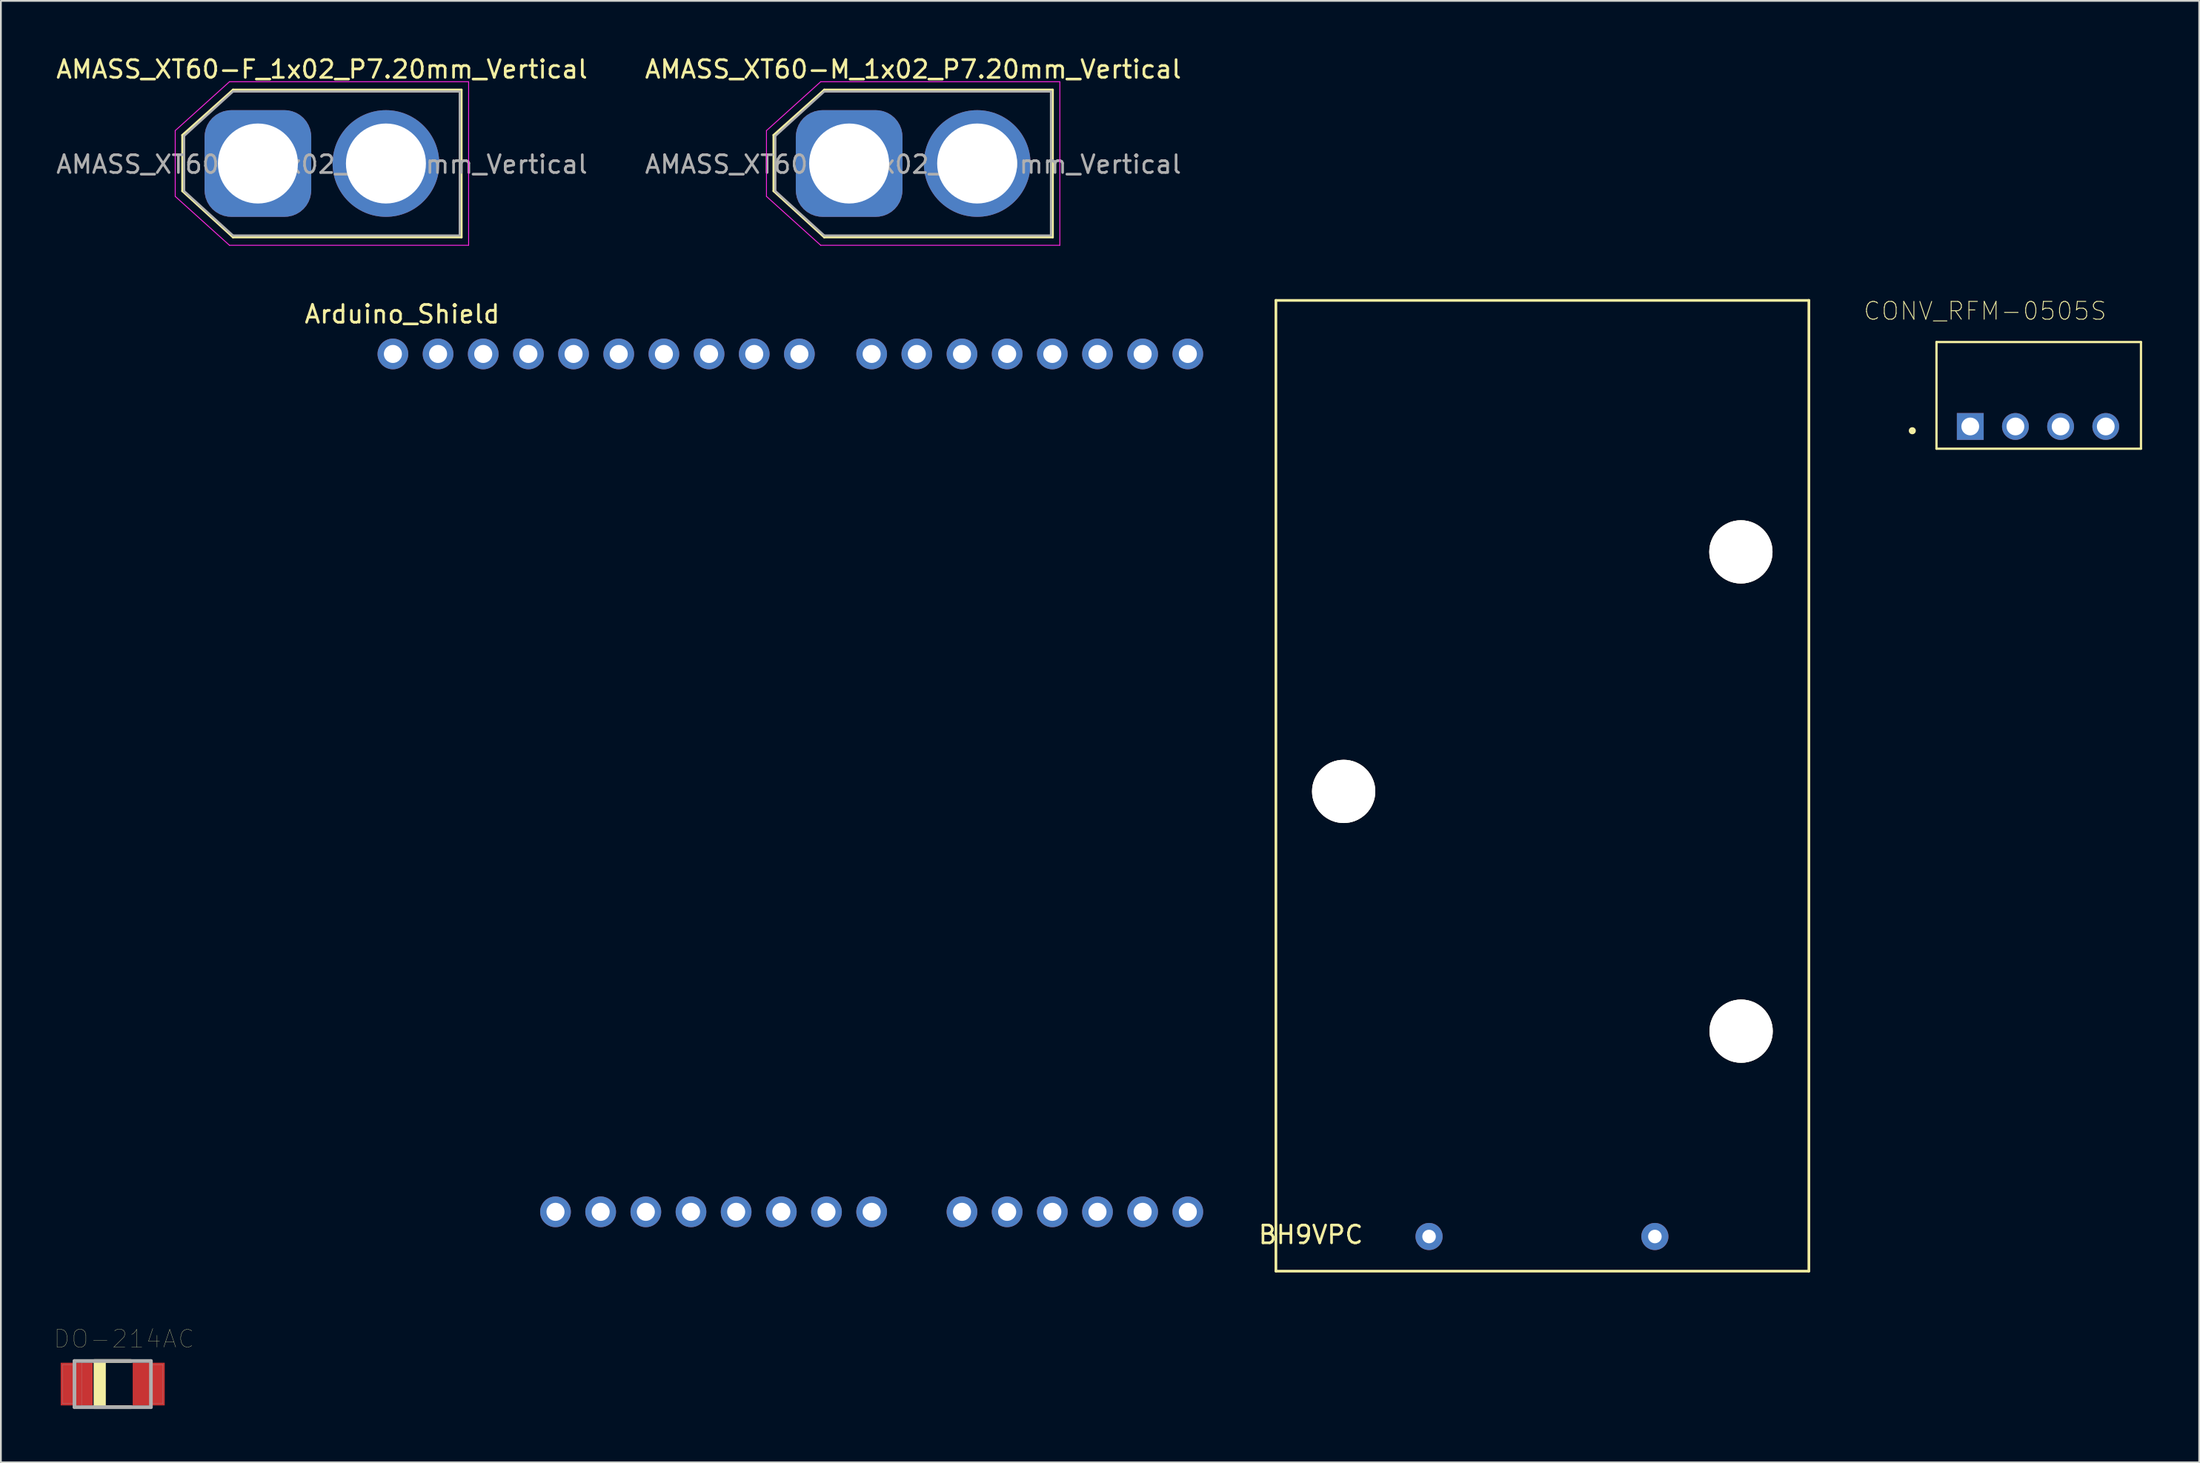
<source format=kicad_pcb>
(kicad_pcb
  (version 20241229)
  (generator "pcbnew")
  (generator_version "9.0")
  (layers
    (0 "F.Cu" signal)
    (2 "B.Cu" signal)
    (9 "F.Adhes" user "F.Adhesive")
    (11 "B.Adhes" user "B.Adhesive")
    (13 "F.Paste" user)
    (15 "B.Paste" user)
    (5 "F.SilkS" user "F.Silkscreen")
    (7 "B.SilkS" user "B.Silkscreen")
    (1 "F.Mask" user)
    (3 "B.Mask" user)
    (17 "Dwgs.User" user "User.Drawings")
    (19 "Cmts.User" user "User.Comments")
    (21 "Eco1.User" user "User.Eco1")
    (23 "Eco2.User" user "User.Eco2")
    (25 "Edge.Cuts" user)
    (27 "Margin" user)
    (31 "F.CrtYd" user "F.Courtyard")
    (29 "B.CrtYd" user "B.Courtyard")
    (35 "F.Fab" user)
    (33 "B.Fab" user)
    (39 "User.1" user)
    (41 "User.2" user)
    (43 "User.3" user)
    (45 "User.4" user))
  (footprint "AMASS_XT60-M_1x02_P7.20mm_Vertical"
    (layer "F.Cu")
    (at 44.704 6.148)
    (property "Reference" "AMASS_XT60-M_1x02_P7.20mm_Vertical" (at 3.6 -5.3 180) (layer "F.SilkS") (effects (font (size 1 1) (thickness 0.15))))
    (attr through_hole)
    (fp_line (start -4.25 -1.6) (end -4.25 1.55) (stroke (width 0.12) (type solid)) (layer "F.SilkS"))
    (fp_line (start -4.25 1.55) (end -1.4 4.15) (stroke (width 0.12) (type solid)) (layer "F.SilkS"))
    (fp_line (start -1.4 -4.15) (end -4.25 -1.6) (stroke (width 0.12) (type solid)) (layer "F.SilkS"))
    (fp_line (start -1.4 4.15) (end 11.45 4.15) (stroke (width 0.12) (type solid)) (layer "F.SilkS"))
    (fp_line (start 11.45 -4.15) (end -1.4 -4.15) (stroke (width 0.12) (type solid)) (layer "F.SilkS"))
    (fp_line (start 11.45 4.15) (end 11.45 -4.15) (stroke (width 0.12) (type solid)) (layer "F.SilkS"))
    (fp_line (start -4.65 -1.85) (end -1.6 -4.6) (stroke (width 0.05) (type solid)) (layer "F.CrtYd"))
    (fp_line (start -4.65 1.85) (end -4.65 -1.85) (stroke (width 0.05) (type solid)) (layer "F.CrtYd"))
    (fp_line (start -1.6 -4.6) (end 11.85 -4.6) (stroke (width 0.05) (type solid)) (layer "F.CrtYd"))
    (fp_line (start -1.6 4.6) (end -4.65 1.85) (stroke (width 0.05) (type solid)) (layer "F.CrtYd"))
    (fp_line (start 11.85 -4.6) (end 11.85 4.6) (stroke (width 0.05) (type solid)) (layer "F.CrtYd"))
    (fp_line (start 11.85 4.6) (end -1.6 4.6) (stroke (width 0.05) (type solid)) (layer "F.CrtYd"))
    (fp_line (start -4.15 -1.55) (end -4.15 1.55) (stroke (width 0.12) (type solid)) (layer "F.Fab"))
    (fp_line (start -4.15 1.55) (end -1.4 4.05) (stroke (width 0.12) (type solid)) (layer "F.Fab"))
    (fp_line (start -1.4 -4.05) (end -4.15 -1.55) (stroke (width 0.12) (type solid)) (layer "F.Fab"))
    (fp_line (start -1.4 4.05) (end 11.35 4.05) (stroke (width 0.12) (type solid)) (layer "F.Fab"))
    (fp_line (start 11.35 -4.05) (end -1.4 -4.05) (stroke (width 0.12) (type solid)) (layer "F.Fab"))
    (fp_line (start 11.35 4.05) (end 11.35 -4.05) (stroke (width 0.12) (type solid)) (layer "F.Fab"))
    (fp_text user "${REFERENCE}" (at 3.6 0.05 0) (layer "F.Fab") (effects (font (size 1 1) (thickness 0.15))))
    (pad "1" thru_hole roundrect (at 0 0) (size 6 6) (drill 4.5) (layers "*.Cu" "*.Mask") (roundrect_rratio 0.25))
    (pad "2" thru_hole circle (at 7.2 0) (size 6 6) (drill 4.5) (layers "*.Cu" "*.Mask")))
  (footprint "Arduino_Shield"
    (layer "F.Cu")
    (at 0.25 67.662)
    (property "Reference" "Arduino_Shield" (at 19.32 -53.04 0) (layer "F.SilkS") (effects (font (size 1 1) (thickness 0.15))))
    (attr through_hole)
    (pad "3V3" thru_hole oval (at 35.56 -2.54) (size 1.727 1.727) (drill 1.016) (layers "*.Cu" "*.Mask"))
    (pad "5V1" thru_hole oval (at 38.1 -2.54) (size 1.727 1.727) (drill 1.016) (layers "*.Cu" "*.Mask"))
    (pad "A0" thru_hole oval (at 50.8 -2.54) (size 1.727 1.727) (drill 1.016) (layers "*.Cu" "*.Mask"))
    (pad "A1" thru_hole oval (at 53.34 -2.54) (size 1.727 1.727) (drill 1.016) (layers "*.Cu" "*.Mask"))
    (pad "A2" thru_hole oval (at 55.88 -2.54) (size 1.727 1.727) (drill 1.016) (layers "*.Cu" "*.Mask"))
    (pad "A3" thru_hole oval (at 58.42 -2.54) (size 1.727 1.727) (drill 1.016) (layers "*.Cu" "*.Mask"))
    (pad "A4" thru_hole oval (at 60.96 -2.54) (size 1.727 1.727) (drill 1.016) (layers "*.Cu" "*.Mask"))
    (pad "A5" thru_hole oval (at 63.5 -2.54) (size 1.727 1.727) (drill 1.016) (layers "*.Cu" "*.Mask"))
    (pad "AREF" thru_hole oval (at 23.876 -50.8) (size 1.727 1.727) (drill 1.016) (layers "*.Cu" "*.Mask"))
    (pad "ATN" thru_hole oval (at 27.94 -2.54) (size 1.727 1.727) (drill 1.016) (layers "*.Cu" "*.Mask"))
    (pad "D0" thru_hole oval (at 63.5 -50.8) (size 1.727 1.727) (drill 1.016) (layers "*.Cu" "*.Mask"))
    (pad "D1" thru_hole oval (at 60.96 -50.8) (size 1.727 1.727) (drill 1.016) (layers "*.Cu" "*.Mask"))
    (pad "D2" thru_hole oval (at 58.42 -50.8) (size 1.727 1.727) (drill 1.016) (layers "*.Cu" "*.Mask"))
    (pad "D3" thru_hole oval (at 55.88 -50.8) (size 1.727 1.727) (drill 1.016) (layers "*.Cu" "*.Mask"))
    (pad "D4" thru_hole oval (at 53.34 -50.8) (size 1.727 1.727) (drill 1.016) (layers "*.Cu" "*.Mask"))
    (pad "D5" thru_hole oval (at 50.8 -50.8) (size 1.727 1.727) (drill 1.016) (layers "*.Cu" "*.Mask"))
    (pad "D6" thru_hole oval (at 48.26 -50.8) (size 1.727 1.727) (drill 1.016) (layers "*.Cu" "*.Mask"))
    (pad "D7" thru_hole oval (at 45.72 -50.8) (size 1.727 1.727) (drill 1.016) (layers "*.Cu" "*.Mask"))
    (pad "D8" thru_hole oval (at 41.656 -50.8) (size 1.727 1.727) (drill 1.016) (layers "*.Cu" "*.Mask"))
    (pad "D9" thru_hole oval (at 39.116 -50.8) (size 1.727 1.727) (drill 1.016) (layers "*.Cu" "*.Mask"))
    (pad "D10" thru_hole oval (at 36.576 -50.8) (size 1.727 1.727) (drill 1.016) (layers "*.Cu" "*.Mask"))
    (pad "D11" thru_hole oval (at 34.036 -50.8) (size 1.727 1.727) (drill 1.016) (layers "*.Cu" "*.Mask"))
    (pad "D12" thru_hole oval (at 31.496 -50.8) (size 1.727 1.727) (drill 1.016) (layers "*.Cu" "*.Mask"))
    (pad "D13" thru_hole oval (at 28.956 -50.8) (size 1.727 1.727) (drill 1.016) (layers "*.Cu" "*.Mask"))
    (pad "GND1" thru_hole oval (at 26.416 -50.8) (size 1.727 1.727) (drill 1.016) (layers "*.Cu" "*.Mask"))
    (pad "GND2" thru_hole oval (at 40.64 -2.54) (size 1.727 1.727) (drill 1.016) (layers "*.Cu" "*.Mask"))
    (pad "GND3" thru_hole oval (at 43.18 -2.54) (size 1.727 1.727) (drill 1.016) (layers "*.Cu" "*.Mask"))
    (pad "IORF" thru_hole oval (at 30.48 -2.54) (size 1.727 1.727) (drill 1.016) (layers "*.Cu" "*.Mask"))
    (pad "RST1" thru_hole oval (at 33.02 -2.54) (size 1.727 1.727) (drill 1.016) (layers "*.Cu" "*.Mask"))
    (pad "SCL" thru_hole oval (at 18.796 -50.8) (size 1.727 1.727) (drill 1.016) (layers "*.Cu" "*.Mask"))
    (pad "SDA" thru_hole oval (at 21.336 -50.8) (size 1.727 1.727) (drill 1.016) (layers "*.Cu" "*.Mask"))
    (pad "VIN" thru_hole oval (at 45.72 -2.54) (size 1.727 1.727) (drill 1.016) (layers "*.Cu" "*.Mask")))
  (footprint "DO-214AC"
    (layer "F.Cu")
    (at 3.288 74.812)
    (property "Reference" "DO-214AC" (at 0.635 -2.541 0) (layer "F.SilkS") (effects (font (size 1 1) (thickness 0.015))))
    (attr through_hole)
    (fp_line (start -1.035 -1.3) (end 1.025 -1.3) (stroke (width 0.203) (type solid)) (layer "F.SilkS"))
    (fp_line (start 1.025 1.3) (end -1.035 1.3) (stroke (width 0.203) (type solid)) (layer "F.SilkS"))
    (fp_poly (pts (xy -1.065 -1.225) (xy -0.39 -1.225) (xy -0.39 1.225) (xy -1.065 1.225)) (stroke (width 0.01) (type solid)) (fill yes) (layer "F.SilkS"))
    (fp_line (start -2.15 -1.3) (end 2.15 -1.3) (stroke (width 0.203) (type solid)) (layer "F.Fab"))
    (fp_line (start -2.15 1.3) (end -2.15 -1.3) (stroke (width 0.203) (type solid)) (layer "F.Fab"))
    (fp_line (start 2.15 -1.3) (end 2.15 1.3) (stroke (width 0.203) (type solid)) (layer "F.Fab"))
    (fp_line (start 2.15 1.3) (end -2.15 1.3) (stroke (width 0.203) (type solid)) (layer "F.Fab"))
    (fp_poly (pts (xy -2.826 -1.1) (xy -2.175 -1.1) (xy -2.175 1.1) (xy -2.826 1.1)) (stroke (width 0.01) (type solid)) (fill no) (layer "F.Fab"))
    (fp_poly (pts (xy -1.751 -1.225) (xy -1.075 -1.225) (xy -1.075 1.226) (xy -1.751 1.226)) (stroke (width 0.01) (type solid)) (fill no) (layer "F.Fab"))
    (fp_poly (pts (xy 2.178 -1.1) (xy 2.825 -1.1) (xy 2.825 1.102) (xy 2.178 1.102)) (stroke (width 0.01) (type solid)) (fill no) (layer "F.Fab"))
    (pad "1" smd rect (at 2.025 0) (size 1.8 2.4) (layers "F.Cu" "F.Mask" "F.Paste"))
    (pad "2" smd rect (at -2.025 0) (size 1.8 2.4) (layers "F.Cu" "F.Mask" "F.Paste")))
  (footprint "CONV_RFM-0505S"
    (layer "F.Cu")
    (at 111.604 19.191)
    (property "Reference" "CONV_RFM-0505S" (at -3.02 -4.745 0) (layer "F.SilkS") (effects (font (size 1 1) (thickness 0.05))))
    (attr through_hole)
    (fp_line (start -5.75 -3) (end -5.75 3) (stroke (width 0.127) (type solid)) (layer "F.SilkS"))
    (fp_line (start -5.75 3) (end 5.75 3) (stroke (width 0.127) (type solid)) (layer "F.SilkS"))
    (fp_line (start 5.75 -3) (end -5.75 -3) (stroke (width 0.127) (type solid)) (layer "F.SilkS"))
    (fp_line (start 5.75 3) (end 5.75 -3) (stroke (width 0.127) (type solid)) (layer "F.SilkS"))
    (fp_circle (center -7.11 1.99) (end -7.01 1.99) (stroke (width 0.2) (type solid)) (fill no) (layer "F.SilkS"))
    (fp_line (start -6 -3.25) (end -6 3.25) (stroke (width 0.05) (type solid)) (layer "Eco1.User"))
    (fp_line (start -6 3.25) (end 6 3.25) (stroke (width 0.05) (type solid)) (layer "Eco1.User"))
    (fp_line (start 6 -3.25) (end -6 -3.25) (stroke (width 0.05) (type solid)) (layer "Eco1.User"))
    (fp_line (start 6 3.25) (end 6 -3.25) (stroke (width 0.05) (type solid)) (layer "Eco1.User"))
    (fp_line (start -5.75 -3) (end -5.75 3) (stroke (width 0.127) (type solid)) (layer "Eco2.User"))
    (fp_line (start -5.75 3) (end 5.75 3) (stroke (width 0.127) (type solid)) (layer "Eco2.User"))
    (fp_line (start 5.75 -3) (end -5.75 -3) (stroke (width 0.127) (type solid)) (layer "Eco2.User"))
    (fp_line (start 5.75 3) (end 5.75 -3) (stroke (width 0.127) (type solid)) (layer "Eco2.User"))
    (fp_circle (center -7.1 1.99) (end -7 1.99) (stroke (width 0.2) (type solid)) (fill no) (layer "Eco2.User"))
    (pad "1" thru_hole rect (at -3.85 1.75) (size 1.508 1.508) (drill 1) (layers "*.Cu" "*.Mask"))
    (pad "2" thru_hole circle (at -1.31 1.75) (size 1.508 1.508) (drill 1) (layers "*.Cu" "*.Mask"))
    (pad "3" thru_hole circle (at 1.23 1.75) (size 1.508 1.508) (drill 1) (layers "*.Cu" "*.Mask"))
    (pad "4" thru_hole circle (at 3.77 1.75) (size 1.508 1.508) (drill 1) (layers "*.Cu" "*.Mask")))
  (footprint "AMASS_XT60-F_1x02_P7.20mm_Vertical"
    (layer "F.Cu")
    (at 11.454 6.148)
    (property "Reference" "AMASS_XT60-F_1x02_P7.20mm_Vertical" (at 3.6 -5.3 180) (layer "F.SilkS") (effects (font (size 1 1) (thickness 0.15))))
    (attr through_hole)
    (fp_line (start -4.25 -1.6) (end -4.25 1.55) (stroke (width 0.12) (type solid)) (layer "F.SilkS"))
    (fp_line (start -4.25 1.55) (end -1.4 4.15) (stroke (width 0.12) (type solid)) (layer "F.SilkS"))
    (fp_line (start -1.4 -4.15) (end -4.25 -1.6) (stroke (width 0.12) (type solid)) (layer "F.SilkS"))
    (fp_line (start -1.4 4.15) (end 11.45 4.15) (stroke (width 0.12) (type solid)) (layer "F.SilkS"))
    (fp_line (start 11.45 -4.15) (end -1.4 -4.15) (stroke (width 0.12) (type solid)) (layer "F.SilkS"))
    (fp_line (start 11.45 4.15) (end 11.45 -4.15) (stroke (width 0.12) (type solid)) (layer "F.SilkS"))
    (fp_line (start -4.65 -1.85) (end -1.6 -4.6) (stroke (width 0.05) (type solid)) (layer "F.CrtYd"))
    (fp_line (start -4.65 1.85) (end -4.65 -1.85) (stroke (width 0.05) (type solid)) (layer "F.CrtYd"))
    (fp_line (start -1.6 -4.6) (end 11.85 -4.6) (stroke (width 0.05) (type solid)) (layer "F.CrtYd"))
    (fp_line (start -1.6 4.6) (end -4.65 1.85) (stroke (width 0.05) (type solid)) (layer "F.CrtYd"))
    (fp_line (start 11.85 -4.6) (end 11.85 4.6) (stroke (width 0.05) (type solid)) (layer "F.CrtYd"))
    (fp_line (start 11.85 4.6) (end -1.6 4.6) (stroke (width 0.05) (type solid)) (layer "F.CrtYd"))
    (fp_line (start -4.15 -1.55) (end -4.15 1.55) (stroke (width 0.12) (type solid)) (layer "F.Fab"))
    (fp_line (start -4.15 1.55) (end -1.4 4.05) (stroke (width 0.12) (type solid)) (layer "F.Fab"))
    (fp_line (start -1.4 -4.05) (end -4.15 -1.55) (stroke (width 0.12) (type solid)) (layer "F.Fab"))
    (fp_line (start -1.4 4.05) (end 11.35 4.05) (stroke (width 0.12) (type solid)) (layer "F.Fab"))
    (fp_line (start 11.35 -4.05) (end -1.4 -4.05) (stroke (width 0.12) (type solid)) (layer "F.Fab"))
    (fp_line (start 11.35 4.05) (end 11.35 -4.05) (stroke (width 0.12) (type solid)) (layer "F.Fab"))
    (fp_text user "${REFERENCE}" (at 3.6 0.05 0) (layer "F.Fab") (effects (font (size 1 1) (thickness 0.15))))
    (pad "1" thru_hole roundrect (at 0 0) (size 6 6) (drill 4.5) (layers "*.Cu" "*.Mask") (roundrect_rratio 0.25))
    (pad "2" thru_hole circle (at 7.2 0) (size 6 6) (drill 4.5) (layers "*.Cu" "*.Mask")))
  (footprint "BH9VPC"
    (layer "F.Cu")
    (at 68.667 68.41)
    (property "Reference" "BH9VPC" (at 2 -2 180) (layer "F.SilkS") (effects (font (size 1 1) (thickness 0.15))))
    (attr through_hole)
    (fp_line (start 0.038 -54.562) (end 0.038 0.048) (stroke (width 0.15) (type solid)) (layer "F.SilkS"))
    (fp_line (start 0.038 0.048) (end 30.01 0.048) (stroke (width 0.15) (type solid)) (layer "F.SilkS"))
    (fp_line (start 25.832 -13.452) (end 27.013 -13.452) (stroke (width 0.15) (type solid)) (layer "F.SilkS"))
    (fp_line (start 30.01 -54.562) (end 0.038 -54.562) (stroke (width 0.15) (type solid)) (layer "F.SilkS"))
    (fp_line (start 30.01 0.048) (end 30.01 -54.562) (stroke (width 0.15) (type solid)) (layer "F.SilkS"))
    (pad "1" thru_hole circle (at 8.65 -1.9) (size 1.524 1.524) (drill 0.762) (layers "*.Cu" "*.Mask"))
    (pad "2" thru_hole circle (at 21.35 -1.9) (size 1.524 1.524) (drill 0.762) (layers "*.Cu" "*.Mask"))
    (pad "3" thru_hole circle (at 26.187 -40.414) (size 3.556 3.556) (drill 3.556) (layers "*.Cu" "*.Mask" "F.SilkS"))
    (pad "4" thru_hole circle (at 3.848 -26.939) (size 3.556 3.556) (drill 3.556) (layers "*.Cu" "*.Mask" "F.SilkS"))
    (pad "5" thru_hole circle (at 26.2 -13.452) (size 3.556 3.556) (drill 3.556) (layers "*.Cu" "*.Mask" "F.SilkS")))
  (gr_rect
    (start -3 -3)
    (end 120.629 79.214)
    (stroke (width 0.1) (type default))
    (fill no)
    (layer "Edge.Cuts")))
</source>
